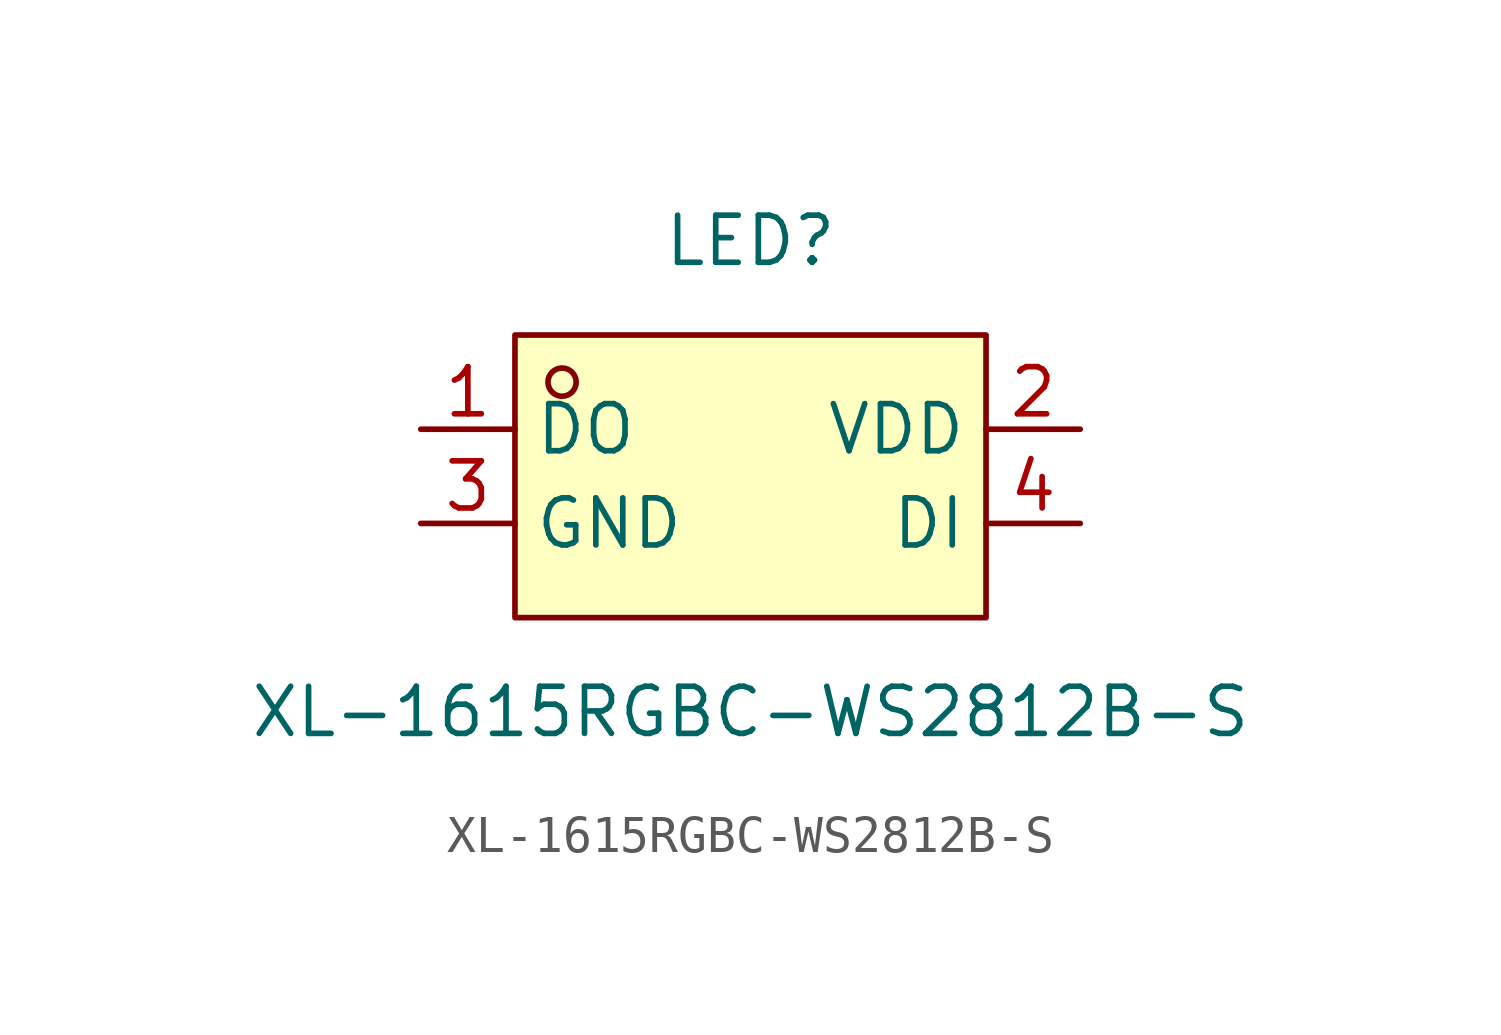
<source format=kicad_sym>
(kicad_symbol_lib
  (version 20241209)
  (generator "kicad_symbol_editor")
  (generator_version "9.0")
  (symbol "XL-1615RGBC-WS2812B-S"
    (property "Reference" "LED"
      (at 0 6.35 0)
      (effects (font (size 1.27 1.27))))
    (property "Value" "XL-1615RGBC-WS2812B-S"
      (at 0 -6.35 0)
      (effects (font (size 1.27 1.27))))
    (symbol "XL-1615RGBC-WS2812B-S_0_1"
      (rectangle (start -6.35 3.81) (end 6.35 -3.81) (stroke (width 0) (type default)) (fill (type background)))
      (circle (center -5.08 2.54) (radius 0.38) (stroke (width 0) (type default)) (fill (type none)))
      (pin output line (at -8.89 1.27 0) (length 2.54) (name "DO" (effects (font (size 1.27 1.27)))) (number "1" (effects (font (size 1.27 1.27))))))
    (symbol "XL-1615RGBC-WS2812B-S_1_1"
      (pin bidirectional line (at -8.89 -1.27 0) (length 2.54) (name "GND" (effects (font (size 1.27 1.27)))) (number "3" (effects (font (size 1.27 1.27)))))
      (pin input line (at 8.89 1.27 180) (length 2.54) (name "VDD" (effects (font (size 1.27 1.27)))) (number "2" (effects (font (size 1.27 1.27)))))
      (pin input line (at 8.89 -1.27 180) (length 2.54) (name "DI" (effects (font (size 1.27 1.27)))) (number "4" (effects (font (size 1.27 1.27))))))))
</source>
